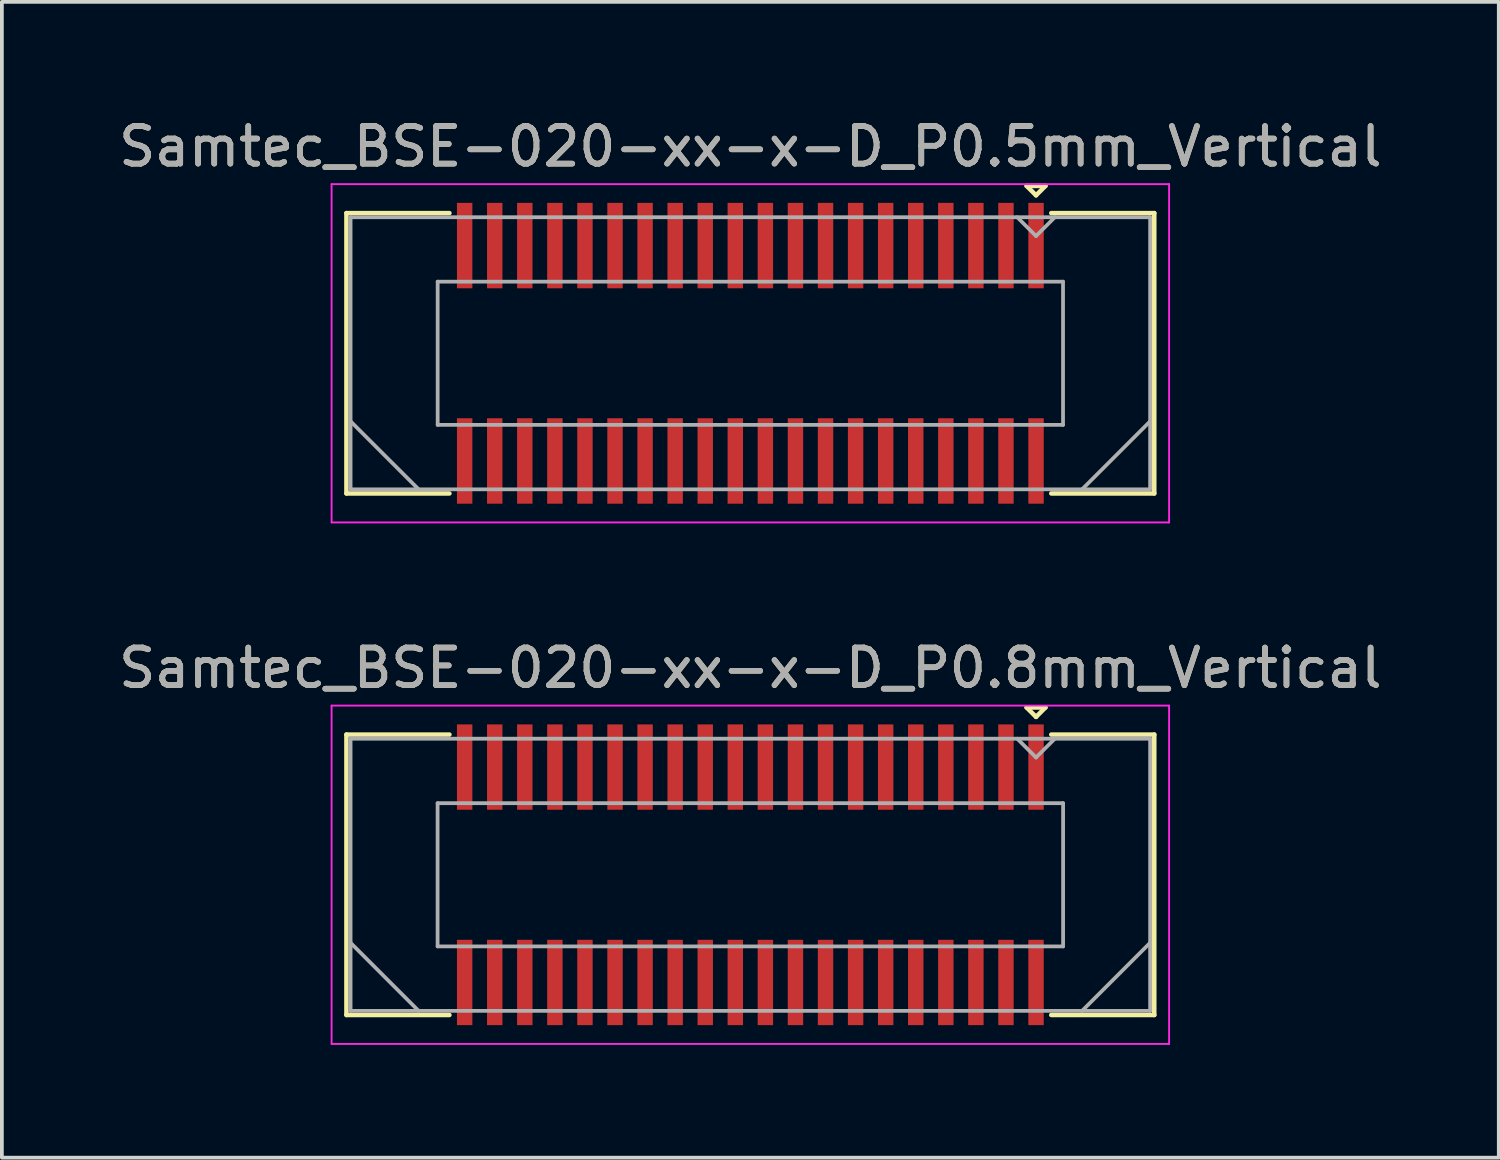
<source format=kicad_pcb>
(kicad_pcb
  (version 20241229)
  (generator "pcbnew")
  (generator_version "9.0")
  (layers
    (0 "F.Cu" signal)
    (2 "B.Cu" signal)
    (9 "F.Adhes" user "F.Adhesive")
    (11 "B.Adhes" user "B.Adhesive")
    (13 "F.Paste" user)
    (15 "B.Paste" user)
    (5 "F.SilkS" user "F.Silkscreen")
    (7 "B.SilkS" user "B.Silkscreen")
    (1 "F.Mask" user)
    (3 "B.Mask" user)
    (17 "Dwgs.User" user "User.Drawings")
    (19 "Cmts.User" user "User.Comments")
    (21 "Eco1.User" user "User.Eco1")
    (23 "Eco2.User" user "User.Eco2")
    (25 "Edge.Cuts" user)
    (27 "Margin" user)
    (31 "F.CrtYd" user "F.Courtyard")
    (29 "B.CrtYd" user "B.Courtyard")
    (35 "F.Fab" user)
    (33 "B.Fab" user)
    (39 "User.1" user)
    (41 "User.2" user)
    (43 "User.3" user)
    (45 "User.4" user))
  (footprint "Samtec_BSE-020-xx-x-D_P0.8mm_Vertical"
    (layer "F.Cu")
    (at 16.911 20.221)
    (property "Reference" "Samtec_BSE-020-xx-x-D_P0.8mm_Vertical" (at 0 -5.5 0) (layer "F.SilkS") (effects (font (size 1 1) (thickness 0.15))))
    (attr smd)
    (fp_line (start -10.745 -3.73) (end -8.005 -3.73) (stroke (width 0.12) (type solid)) (layer "F.SilkS"))
    (fp_line (start -10.745 3.73) (end -10.745 -3.73) (stroke (width 0.12) (type solid)) (layer "F.SilkS"))
    (fp_line (start -8.005 3.73) (end -10.745 3.73) (stroke (width 0.12) (type solid)) (layer "F.SilkS"))
    (fp_line (start 7.35 -4.45) (end 7.85 -4.45) (stroke (width 0.12) (type solid)) (layer "F.SilkS"))
    (fp_line (start 7.6 -4.2) (end 7.35 -4.45) (stroke (width 0.12) (type solid)) (layer "F.SilkS"))
    (fp_line (start 7.85 -4.45) (end 7.6 -4.2) (stroke (width 0.12) (type solid)) (layer "F.SilkS"))
    (fp_line (start 8.005 3.73) (end 10.745 3.73) (stroke (width 0.12) (type solid)) (layer "F.SilkS"))
    (fp_line (start 10.745 -3.73) (end 8.005 -3.73) (stroke (width 0.12) (type solid)) (layer "F.SilkS"))
    (fp_line (start 10.745 3.73) (end 10.745 -3.73) (stroke (width 0.12) (type solid)) (layer "F.SilkS"))
    (fp_line (start -11.14 -4.5) (end -11.14 4.5) (stroke (width 0.05) (type solid)) (layer "F.CrtYd"))
    (fp_line (start -11.14 4.5) (end 11.14 4.5) (stroke (width 0.05) (type solid)) (layer "F.CrtYd"))
    (fp_line (start 11.14 -4.5) (end -11.14 -4.5) (stroke (width 0.05) (type solid)) (layer "F.CrtYd"))
    (fp_line (start 11.14 4.5) (end 11.14 -4.5) (stroke (width 0.05) (type solid)) (layer "F.CrtYd"))
    (fp_line (start -10.635 -3.62) (end -10.635 3.62) (stroke (width 0.1) (type solid)) (layer "F.Fab"))
    (fp_line (start -10.635 1.81) (end -8.825 3.62) (stroke (width 0.1) (type solid)) (layer "F.Fab"))
    (fp_line (start -10.635 3.62) (end 10.635 3.62) (stroke (width 0.1) (type solid)) (layer "F.Fab"))
    (fp_line (start -8.32 -1.905) (end -8.32 1.905) (stroke (width 0.1) (type solid)) (layer "F.Fab"))
    (fp_line (start -8.32 1.905) (end 8.32 1.905) (stroke (width 0.1) (type solid)) (layer "F.Fab"))
    (fp_line (start 7.6 -3.12) (end 7.1 -3.62) (stroke (width 0.1) (type solid)) (layer "F.Fab"))
    (fp_line (start 8.1 -3.62) (end 7.6 -3.12) (stroke (width 0.1) (type solid)) (layer "F.Fab"))
    (fp_line (start 8.32 -1.905) (end -8.32 -1.905) (stroke (width 0.1) (type solid)) (layer "F.Fab"))
    (fp_line (start 8.32 1.905) (end 8.32 -1.905) (stroke (width 0.1) (type solid)) (layer "F.Fab"))
    (fp_line (start 10.635 -3.62) (end -10.635 -3.62) (stroke (width 0.1) (type solid)) (layer "F.Fab"))
    (fp_line (start 10.635 1.81) (end 8.825 3.62) (stroke (width 0.1) (type solid)) (layer "F.Fab"))
    (fp_line (start 10.635 3.62) (end 10.635 -3.62) (stroke (width 0.1) (type solid)) (layer "F.Fab"))
    (fp_text user "${REFERENCE}" (at 0 -5.5 0) (layer "F.Fab") (effects (font (size 1 1) (thickness 0.15))))
    (pad "1" smd rect (at 7.6 -2.865) (size 0.41 2.27) (layers "F.Cu" "F.Mask" "F.Paste"))
    (pad "2" smd rect (at 7.6 2.865) (size 0.41 2.27) (layers "F.Cu" "F.Mask" "F.Paste"))
    (pad "3" smd rect (at 6.8 -2.865) (size 0.41 2.27) (layers "F.Cu" "F.Mask" "F.Paste"))
    (pad "4" smd rect (at 6.8 2.865) (size 0.41 2.27) (layers "F.Cu" "F.Mask" "F.Paste"))
    (pad "5" smd rect (at 6 -2.865) (size 0.41 2.27) (layers "F.Cu" "F.Mask" "F.Paste"))
    (pad "6" smd rect (at 6 2.865) (size 0.41 2.27) (layers "F.Cu" "F.Mask" "F.Paste"))
    (pad "7" smd rect (at 5.2 -2.865) (size 0.41 2.27) (layers "F.Cu" "F.Mask" "F.Paste"))
    (pad "8" smd rect (at 5.2 2.865) (size 0.41 2.27) (layers "F.Cu" "F.Mask" "F.Paste"))
    (pad "9" smd rect (at 4.4 -2.865) (size 0.41 2.27) (layers "F.Cu" "F.Mask" "F.Paste"))
    (pad "10" smd rect (at 4.4 2.865) (size 0.41 2.27) (layers "F.Cu" "F.Mask" "F.Paste"))
    (pad "11" smd rect (at 3.6 -2.865) (size 0.41 2.27) (layers "F.Cu" "F.Mask" "F.Paste"))
    (pad "12" smd rect (at 3.6 2.865) (size 0.41 2.27) (layers "F.Cu" "F.Mask" "F.Paste"))
    (pad "13" smd rect (at 2.8 -2.865) (size 0.41 2.27) (layers "F.Cu" "F.Mask" "F.Paste"))
    (pad "14" smd rect (at 2.8 2.865) (size 0.41 2.27) (layers "F.Cu" "F.Mask" "F.Paste"))
    (pad "15" smd rect (at 2 -2.865) (size 0.41 2.27) (layers "F.Cu" "F.Mask" "F.Paste"))
    (pad "16" smd rect (at 2 2.865) (size 0.41 2.27) (layers "F.Cu" "F.Mask" "F.Paste"))
    (pad "17" smd rect (at 1.2 -2.865) (size 0.41 2.27) (layers "F.Cu" "F.Mask" "F.Paste"))
    (pad "18" smd rect (at 1.2 2.865) (size 0.41 2.27) (layers "F.Cu" "F.Mask" "F.Paste"))
    (pad "19" smd rect (at 0.4 -2.865) (size 0.41 2.27) (layers "F.Cu" "F.Mask" "F.Paste"))
    (pad "20" smd rect (at 0.4 2.865) (size 0.41 2.27) (layers "F.Cu" "F.Mask" "F.Paste"))
    (pad "21" smd rect (at -0.4 -2.865) (size 0.41 2.27) (layers "F.Cu" "F.Mask" "F.Paste"))
    (pad "22" smd rect (at -0.4 2.865) (size 0.41 2.27) (layers "F.Cu" "F.Mask" "F.Paste"))
    (pad "23" smd rect (at -1.2 -2.865) (size 0.41 2.27) (layers "F.Cu" "F.Mask" "F.Paste"))
    (pad "24" smd rect (at -1.2 2.865) (size 0.41 2.27) (layers "F.Cu" "F.Mask" "F.Paste"))
    (pad "25" smd rect (at -2 -2.865) (size 0.41 2.27) (layers "F.Cu" "F.Mask" "F.Paste"))
    (pad "26" smd rect (at -2 2.865) (size 0.41 2.27) (layers "F.Cu" "F.Mask" "F.Paste"))
    (pad "27" smd rect (at -2.8 -2.865) (size 0.41 2.27) (layers "F.Cu" "F.Mask" "F.Paste"))
    (pad "28" smd rect (at -2.8 2.865) (size 0.41 2.27) (layers "F.Cu" "F.Mask" "F.Paste"))
    (pad "29" smd rect (at -3.6 -2.865) (size 0.41 2.27) (layers "F.Cu" "F.Mask" "F.Paste"))
    (pad "30" smd rect (at -3.6 2.865) (size 0.41 2.27) (layers "F.Cu" "F.Mask" "F.Paste"))
    (pad "31" smd rect (at -4.4 -2.865) (size 0.41 2.27) (layers "F.Cu" "F.Mask" "F.Paste"))
    (pad "32" smd rect (at -4.4 2.865) (size 0.41 2.27) (layers "F.Cu" "F.Mask" "F.Paste"))
    (pad "33" smd rect (at -5.2 -2.865) (size 0.41 2.27) (layers "F.Cu" "F.Mask" "F.Paste"))
    (pad "34" smd rect (at -5.2 2.865) (size 0.41 2.27) (layers "F.Cu" "F.Mask" "F.Paste"))
    (pad "35" smd rect (at -6 -2.865) (size 0.41 2.27) (layers "F.Cu" "F.Mask" "F.Paste"))
    (pad "36" smd rect (at -6 2.865) (size 0.41 2.27) (layers "F.Cu" "F.Mask" "F.Paste"))
    (pad "37" smd rect (at -6.8 -2.865) (size 0.41 2.27) (layers "F.Cu" "F.Mask" "F.Paste"))
    (pad "38" smd rect (at -6.8 2.865) (size 0.41 2.27) (layers "F.Cu" "F.Mask" "F.Paste"))
    (pad "39" smd rect (at -7.6 -2.865) (size 0.41 2.27) (layers "F.Cu" "F.Mask" "F.Paste"))
    (pad "40" smd rect (at -7.6 2.865) (size 0.41 2.27) (layers "F.Cu" "F.Mask" "F.Paste")))
  (footprint "Samtec_BSE-020-xx-x-D_P0.5mm_Vertical"
    (layer "F.Cu")
    (at 16.911 6.348)
    (property "Reference" "Samtec_BSE-020-xx-x-D_P0.5mm_Vertical" (at 0 -5.5 0) (layer "F.SilkS") (effects (font (size 1 1) (thickness 0.15))))
    (attr smd)
    (fp_line (start -10.745 -3.729) (end -8.005 -3.729) (stroke (width 0.12) (type solid)) (layer "F.SilkS"))
    (fp_line (start -10.745 3.729) (end -10.745 -3.729) (stroke (width 0.12) (type solid)) (layer "F.SilkS"))
    (fp_line (start -8.005 3.729) (end -10.745 3.729) (stroke (width 0.12) (type solid)) (layer "F.SilkS"))
    (fp_line (start 7.35 -4.452) (end 7.85 -4.452) (stroke (width 0.12) (type solid)) (layer "F.SilkS"))
    (fp_line (start 7.6 -4.202) (end 7.35 -4.452) (stroke (width 0.12) (type solid)) (layer "F.SilkS"))
    (fp_line (start 7.85 -4.452) (end 7.6 -4.202) (stroke (width 0.12) (type solid)) (layer "F.SilkS"))
    (fp_line (start 8.005 3.729) (end 10.745 3.729) (stroke (width 0.12) (type solid)) (layer "F.SilkS"))
    (fp_line (start 10.745 -3.729) (end 8.005 -3.729) (stroke (width 0.12) (type solid)) (layer "F.SilkS"))
    (fp_line (start 10.745 3.729) (end 10.745 -3.729) (stroke (width 0.12) (type solid)) (layer "F.SilkS"))
    (fp_line (start -11.14 -4.5) (end -11.14 4.5) (stroke (width 0.05) (type solid)) (layer "F.CrtYd"))
    (fp_line (start -11.14 4.5) (end 11.14 4.5) (stroke (width 0.05) (type solid)) (layer "F.CrtYd"))
    (fp_line (start 11.14 -4.5) (end -11.14 -4.5) (stroke (width 0.05) (type solid)) (layer "F.CrtYd"))
    (fp_line (start 11.14 4.5) (end 11.14 -4.5) (stroke (width 0.05) (type solid)) (layer "F.CrtYd"))
    (fp_line (start -10.635 -3.619) (end -10.635 3.619) (stroke (width 0.1) (type solid)) (layer "F.Fab"))
    (fp_line (start -10.635 1.81) (end -8.825 3.619) (stroke (width 0.1) (type solid)) (layer "F.Fab"))
    (fp_line (start -10.635 3.619) (end 10.635 3.619) (stroke (width 0.1) (type solid)) (layer "F.Fab"))
    (fp_line (start -8.318 -1.905) (end -8.318 1.905) (stroke (width 0.1) (type solid)) (layer "F.Fab"))
    (fp_line (start -8.318 1.905) (end 8.318 1.905) (stroke (width 0.1) (type solid)) (layer "F.Fab"))
    (fp_line (start 7.6 -3.119) (end 7.1 -3.619) (stroke (width 0.1) (type solid)) (layer "F.Fab"))
    (fp_line (start 8.1 -3.619) (end 7.6 -3.119) (stroke (width 0.1) (type solid)) (layer "F.Fab"))
    (fp_line (start 8.318 -1.905) (end -8.318 -1.905) (stroke (width 0.1) (type solid)) (layer "F.Fab"))
    (fp_line (start 8.318 1.905) (end 8.318 -1.905) (stroke (width 0.1) (type solid)) (layer "F.Fab"))
    (fp_line (start 10.635 -3.619) (end -10.635 -3.619) (stroke (width 0.1) (type solid)) (layer "F.Fab"))
    (fp_line (start 10.635 1.81) (end 8.825 3.619) (stroke (width 0.1) (type solid)) (layer "F.Fab"))
    (fp_line (start 10.635 3.619) (end 10.635 -3.619) (stroke (width 0.1) (type solid)) (layer "F.Fab"))
    (fp_text user "${REFERENCE}" (at 0 -5.5 0) (layer "F.Fab") (effects (font (size 1 1) (thickness 0.15))))
    (pad "1" smd rect (at 7.6 -2.865) (size 0.41 2.273) (layers "F.Cu" "F.Mask" "F.Paste"))
    (pad "2" smd rect (at 7.6 2.865) (size 0.41 2.273) (layers "F.Cu" "F.Mask" "F.Paste"))
    (pad "3" smd rect (at 6.8 -2.865) (size 0.41 2.273) (layers "F.Cu" "F.Mask" "F.Paste"))
    (pad "4" smd rect (at 6.8 2.865) (size 0.41 2.273) (layers "F.Cu" "F.Mask" "F.Paste"))
    (pad "5" smd rect (at 6 -2.865) (size 0.41 2.273) (layers "F.Cu" "F.Mask" "F.Paste"))
    (pad "6" smd rect (at 6 2.865) (size 0.41 2.273) (layers "F.Cu" "F.Mask" "F.Paste"))
    (pad "7" smd rect (at 5.2 -2.865) (size 0.41 2.273) (layers "F.Cu" "F.Mask" "F.Paste"))
    (pad "8" smd rect (at 5.2 2.865) (size 0.41 2.273) (layers "F.Cu" "F.Mask" "F.Paste"))
    (pad "9" smd rect (at 4.4 -2.865) (size 0.41 2.273) (layers "F.Cu" "F.Mask" "F.Paste"))
    (pad "10" smd rect (at 4.4 2.865) (size 0.41 2.273) (layers "F.Cu" "F.Mask" "F.Paste"))
    (pad "11" smd rect (at 3.6 -2.865) (size 0.41 2.273) (layers "F.Cu" "F.Mask" "F.Paste"))
    (pad "12" smd rect (at 3.6 2.865) (size 0.41 2.273) (layers "F.Cu" "F.Mask" "F.Paste"))
    (pad "13" smd rect (at 2.8 -2.865) (size 0.41 2.273) (layers "F.Cu" "F.Mask" "F.Paste"))
    (pad "14" smd rect (at 2.8 2.865) (size 0.41 2.273) (layers "F.Cu" "F.Mask" "F.Paste"))
    (pad "15" smd rect (at 2 -2.865) (size 0.41 2.273) (layers "F.Cu" "F.Mask" "F.Paste"))
    (pad "16" smd rect (at 2 2.865) (size 0.41 2.273) (layers "F.Cu" "F.Mask" "F.Paste"))
    (pad "17" smd rect (at 1.2 -2.865) (size 0.41 2.273) (layers "F.Cu" "F.Mask" "F.Paste"))
    (pad "18" smd rect (at 1.2 2.865) (size 0.41 2.273) (layers "F.Cu" "F.Mask" "F.Paste"))
    (pad "19" smd rect (at 0.4 -2.865) (size 0.41 2.273) (layers "F.Cu" "F.Mask" "F.Paste"))
    (pad "20" smd rect (at 0.4 2.865) (size 0.41 2.273) (layers "F.Cu" "F.Mask" "F.Paste"))
    (pad "21" smd rect (at -0.4 -2.865) (size 0.41 2.273) (layers "F.Cu" "F.Mask" "F.Paste"))
    (pad "22" smd rect (at -0.4 2.865) (size 0.41 2.273) (layers "F.Cu" "F.Mask" "F.Paste"))
    (pad "23" smd rect (at -1.2 -2.865) (size 0.41 2.273) (layers "F.Cu" "F.Mask" "F.Paste"))
    (pad "24" smd rect (at -1.2 2.865) (size 0.41 2.273) (layers "F.Cu" "F.Mask" "F.Paste"))
    (pad "25" smd rect (at -2 -2.865) (size 0.41 2.273) (layers "F.Cu" "F.Mask" "F.Paste"))
    (pad "26" smd rect (at -2 2.865) (size 0.41 2.273) (layers "F.Cu" "F.Mask" "F.Paste"))
    (pad "27" smd rect (at -2.8 -2.865) (size 0.41 2.273) (layers "F.Cu" "F.Mask" "F.Paste"))
    (pad "28" smd rect (at -2.8 2.865) (size 0.41 2.273) (layers "F.Cu" "F.Mask" "F.Paste"))
    (pad "29" smd rect (at -3.6 -2.865) (size 0.41 2.273) (layers "F.Cu" "F.Mask" "F.Paste"))
    (pad "30" smd rect (at -3.6 2.865) (size 0.41 2.273) (layers "F.Cu" "F.Mask" "F.Paste"))
    (pad "31" smd rect (at -4.4 -2.865) (size 0.41 2.273) (layers "F.Cu" "F.Mask" "F.Paste"))
    (pad "32" smd rect (at -4.4 2.865) (size 0.41 2.273) (layers "F.Cu" "F.Mask" "F.Paste"))
    (pad "33" smd rect (at -5.2 -2.865) (size 0.41 2.273) (layers "F.Cu" "F.Mask" "F.Paste"))
    (pad "34" smd rect (at -5.2 2.865) (size 0.41 2.273) (layers "F.Cu" "F.Mask" "F.Paste"))
    (pad "35" smd rect (at -6 -2.865) (size 0.41 2.273) (layers "F.Cu" "F.Mask" "F.Paste"))
    (pad "36" smd rect (at -6 2.865) (size 0.41 2.273) (layers "F.Cu" "F.Mask" "F.Paste"))
    (pad "37" smd rect (at -6.8 -2.865) (size 0.41 2.273) (layers "F.Cu" "F.Mask" "F.Paste"))
    (pad "38" smd rect (at -6.8 2.865) (size 0.41 2.273) (layers "F.Cu" "F.Mask" "F.Paste"))
    (pad "39" smd rect (at -7.6 -2.865) (size 0.41 2.273) (layers "F.Cu" "F.Mask" "F.Paste"))
    (pad "40" smd rect (at -7.6 2.865) (size 0.41 2.273) (layers "F.Cu" "F.Mask" "F.Paste")))
  (gr_rect
    (start -3 -3)
    (end 36.821 27.747)
    (stroke (width 0.1) (type default))
    (fill no)
    (layer "Edge.Cuts")))
</source>
